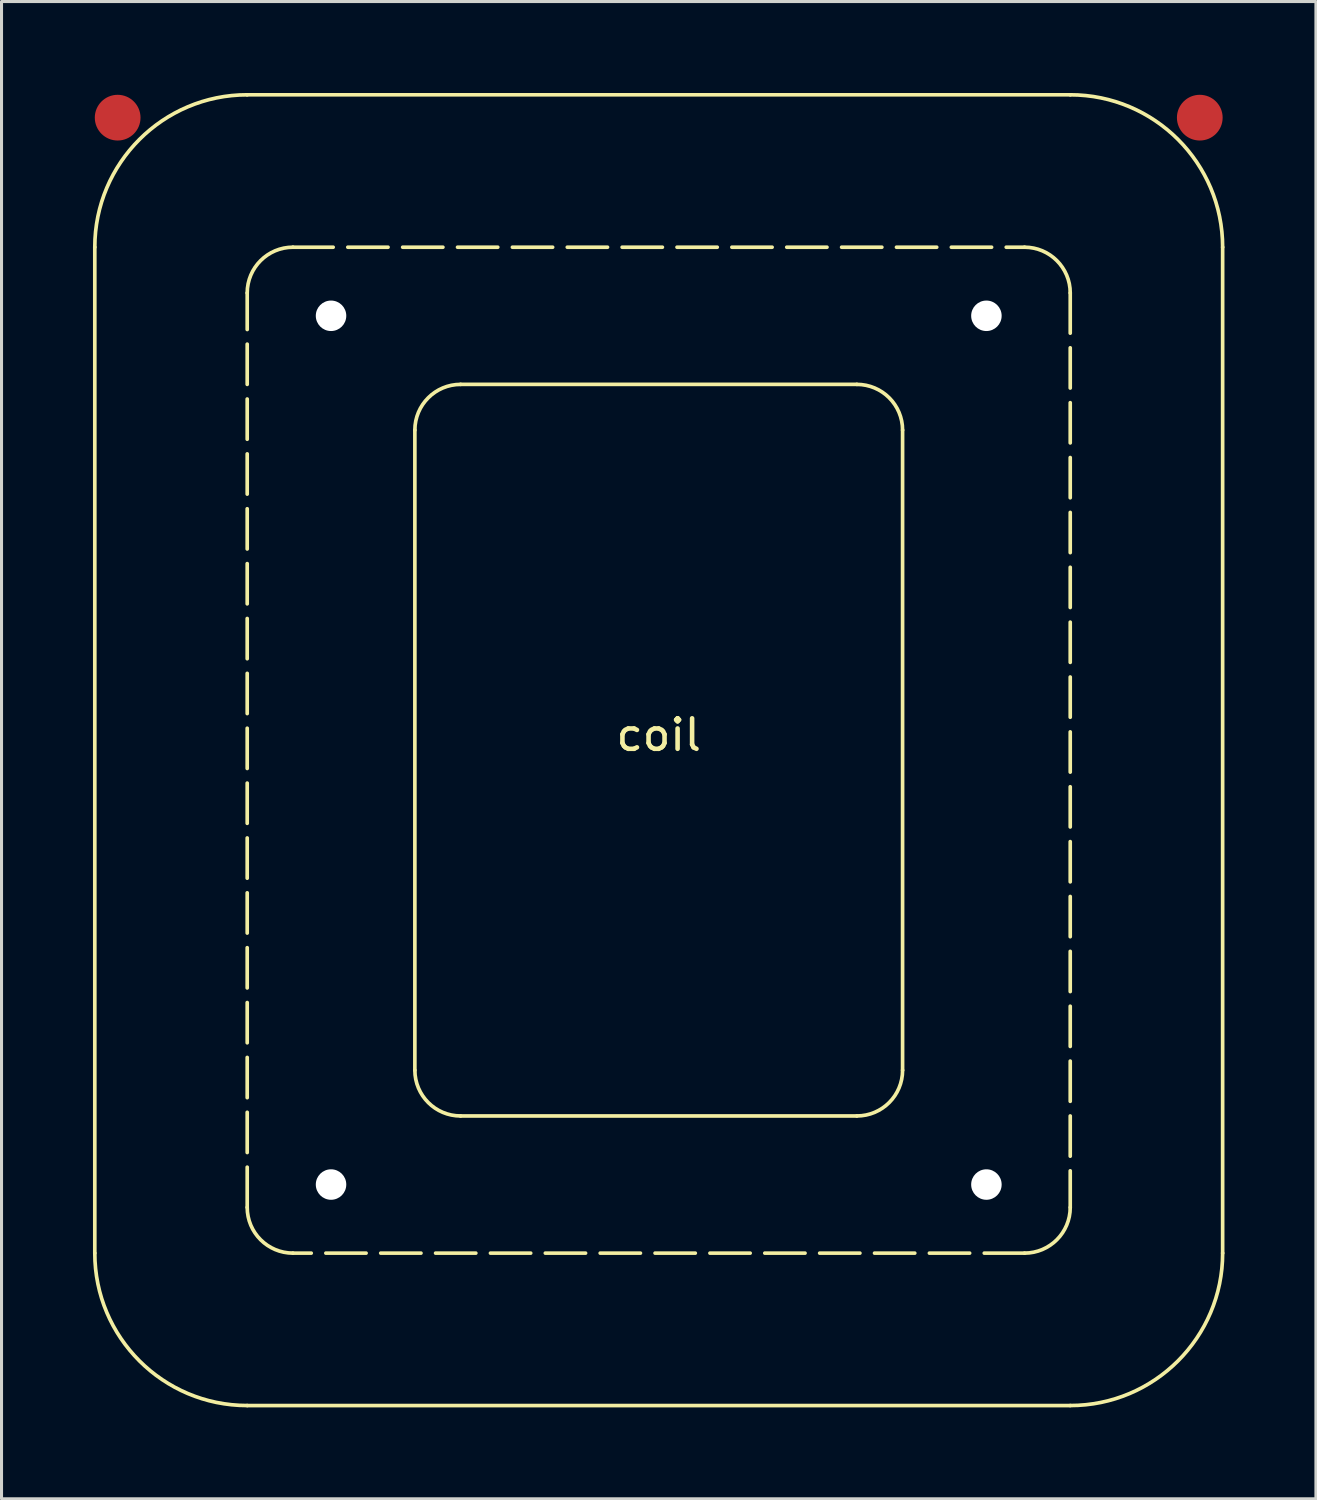
<source format=kicad_pcb>
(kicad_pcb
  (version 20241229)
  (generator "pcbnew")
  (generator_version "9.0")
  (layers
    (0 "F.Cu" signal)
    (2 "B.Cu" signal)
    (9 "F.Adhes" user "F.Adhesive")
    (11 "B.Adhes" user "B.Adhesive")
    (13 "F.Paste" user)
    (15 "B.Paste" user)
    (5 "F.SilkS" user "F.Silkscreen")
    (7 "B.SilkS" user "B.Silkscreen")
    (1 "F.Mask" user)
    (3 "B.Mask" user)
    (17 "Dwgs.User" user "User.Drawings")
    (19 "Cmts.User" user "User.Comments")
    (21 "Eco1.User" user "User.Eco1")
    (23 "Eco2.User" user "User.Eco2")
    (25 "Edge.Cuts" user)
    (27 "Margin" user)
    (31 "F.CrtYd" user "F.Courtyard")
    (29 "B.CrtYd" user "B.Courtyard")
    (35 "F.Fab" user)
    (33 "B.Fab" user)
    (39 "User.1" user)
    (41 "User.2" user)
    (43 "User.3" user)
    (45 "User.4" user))
  (footprint "coil"
    (layer "F.Cu")
    (at 18.56 21.56)
    (property "Reference" "coil" (at 0 -0.5 0) (unlocked yes) (layer "F.SilkS") (effects (font (size 1 1) (thickness 0.15))))
    (attr smd)
    (fp_line (start -18.5 16.5) (end -18.5 -16.5) (stroke (width 0.12) (type default)) (layer "F.SilkS"))
    (fp_line (start -13.5 -21.5) (end 13.5 -21.5) (stroke (width 0.12) (type default)) (layer "F.SilkS"))
    (fp_line (start -13.5 15) (end -13.5 -15) (stroke (width 0.12) (type dash)) (layer "F.SilkS"))
    (fp_line (start -12 -16.5) (end 12 -16.5) (stroke (width 0.12) (type dash)) (layer "F.SilkS"))
    (fp_line (start -8 10.5) (end -8 -10.5) (stroke (width 0.12) (type default)) (layer "F.SilkS"))
    (fp_line (start -6.5 -12) (end 6.5 -12) (stroke (width 0.12) (type default)) (layer "F.SilkS"))
    (fp_line (start 6.5 12) (end -6.5 12) (stroke (width 0.12) (type default)) (layer "F.SilkS"))
    (fp_line (start 8 -10.5) (end 8 10.5) (stroke (width 0.12) (type default)) (layer "F.SilkS"))
    (fp_line (start 12 16.5) (end -12 16.5) (stroke (width 0.12) (type dash)) (layer "F.SilkS"))
    (fp_line (start 13.5 -15) (end 13.5 15) (stroke (width 0.12) (type dash)) (layer "F.SilkS"))
    (fp_line (start 13.5 21.5) (end -13.5 21.5) (stroke (width 0.12) (type default)) (layer "F.SilkS"))
    (fp_line (start 18.5 -16.5) (end 18.5 16.5) (stroke (width 0.12) (type default)) (layer "F.SilkS"))
    (fp_arc (start -18.5 -16.5) (mid -17.035534 -20.035534) (end -13.5 -21.5) (stroke (width 0.12) (type default)) (layer "F.SilkS"))
    (fp_arc (start -13.5 -15) (mid -13.06066 -16.06066) (end -12 -16.5) (stroke (width 0.12) (type default)) (layer "F.SilkS"))
    (fp_arc (start -13.5 21.5) (mid -17.035534 20.035534) (end -18.5 16.5) (stroke (width 0.12) (type default)) (layer "F.SilkS"))
    (fp_arc (start -12 16.5) (mid -13.06066 16.06066) (end -13.5 15) (stroke (width 0.12) (type default)) (layer "F.SilkS"))
    (fp_arc (start -8 -10.5) (mid -7.56066 -11.56066) (end -6.5 -12) (stroke (width 0.12) (type default)) (layer "F.SilkS"))
    (fp_arc (start -6.5 12) (mid -7.56066 11.56066) (end -8 10.5) (stroke (width 0.12) (type default)) (layer "F.SilkS"))
    (fp_arc (start 6.5 -12) (mid 7.56066 -11.56066) (end 8 -10.5) (stroke (width 0.12) (type default)) (layer "F.SilkS"))
    (fp_arc (start 8 10.5) (mid 7.56066 11.56066) (end 6.5 12) (stroke (width 0.12) (type default)) (layer "F.SilkS"))
    (fp_arc (start 12 -16.5) (mid 13.06066 -16.06066) (end 13.5 -15) (stroke (width 0.12) (type default)) (layer "F.SilkS"))
    (fp_arc (start 13.5 -21.5) (mid 17.035534 -20.035534) (end 18.5 -16.5) (stroke (width 0.12) (type default)) (layer "F.SilkS"))
    (fp_arc (start 13.5 15) (mid 13.06066 16.06066) (end 12 16.5) (stroke (width 0.12) (type default)) (layer "F.SilkS"))
    (fp_arc (start 18.5 16.5) (mid 17.035534 20.035534) (end 13.5 21.5) (stroke (width 0.12) (type default)) (layer "F.SilkS"))
    (pad "" np_thru_hole circle (at -10.75 -14.25) (size 1 1) (drill 1) (layers "*.Cu" "*.Mask"))
    (pad "" np_thru_hole circle (at -10.75 14.25) (size 1 1) (drill 1) (layers "*.Cu" "*.Mask"))
    (pad "" np_thru_hole circle (at 10.75 -14.25) (size 1 1) (drill 1) (layers "*.Cu" "*.Mask"))
    (pad "" np_thru_hole circle (at 10.75 14.25) (size 1 1) (drill 1) (layers "*.Cu" "*.Mask"))
    (pad "1" smd circle (at -17.75 -20.75) (size 1.5 1.5) (layers "F.Cu" "F.Mask" "F.Paste"))
    (pad "2" smd circle (at 17.75 -20.75) (size 1.5 1.5) (layers "F.Cu" "F.Mask" "F.Paste")))
  (gr_rect
    (start -3 -3)
    (end 40.12 46.12)
    (stroke (width 0.1) (type default))
    (fill no)
    (layer "Edge.Cuts")))
</source>
